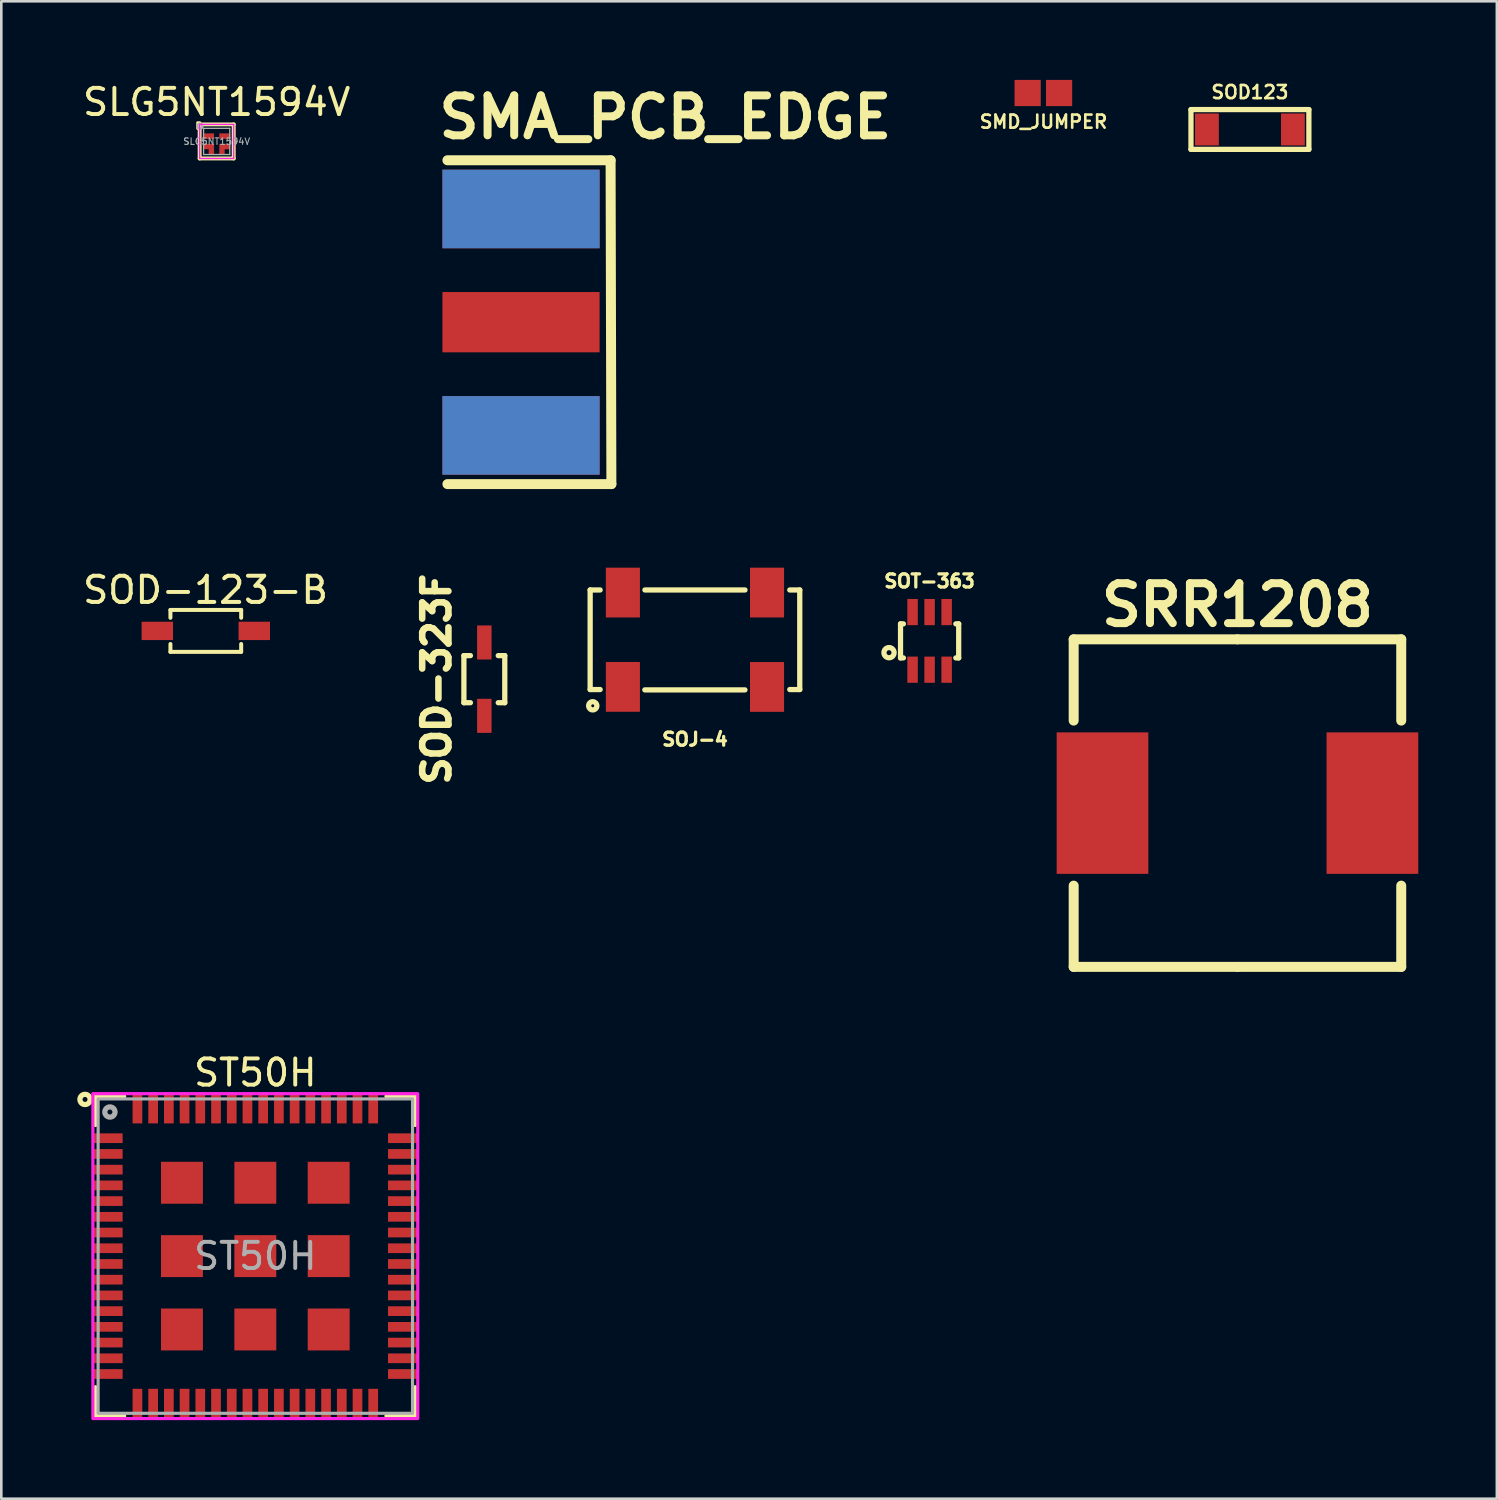
<source format=kicad_pcb>
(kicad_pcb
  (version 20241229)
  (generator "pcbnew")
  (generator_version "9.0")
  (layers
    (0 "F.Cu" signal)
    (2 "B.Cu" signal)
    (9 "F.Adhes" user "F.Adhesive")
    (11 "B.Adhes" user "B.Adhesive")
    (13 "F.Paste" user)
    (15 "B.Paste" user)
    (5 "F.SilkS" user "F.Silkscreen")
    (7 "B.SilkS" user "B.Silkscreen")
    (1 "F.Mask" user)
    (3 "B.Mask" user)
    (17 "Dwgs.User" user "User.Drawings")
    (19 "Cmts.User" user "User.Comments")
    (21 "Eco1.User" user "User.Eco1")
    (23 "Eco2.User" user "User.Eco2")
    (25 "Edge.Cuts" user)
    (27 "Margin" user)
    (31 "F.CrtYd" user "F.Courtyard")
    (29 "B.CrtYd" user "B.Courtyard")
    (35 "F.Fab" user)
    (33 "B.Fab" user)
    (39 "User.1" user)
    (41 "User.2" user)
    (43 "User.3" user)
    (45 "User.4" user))
  (footprint "SMD_JUMPER"
    (layer "F.Cu")
    (at 36.773 0.5)
    (property "Reference" "SMD_JUMPER" (at 0.005 1.097 0) (layer "F.SilkS") (effects (font (size 0.5 0.5) (thickness 0.1))))
    (attr through_hole)
    (pad "1" smd trapezoid (at -0.6 0) (size 1 1) (layers "F.Cu" "F.Mask" "F.Paste"))
    (pad "2" smd trapezoid (at 0.6 0) (size 1 1) (layers "F.Cu" "F.Mask" "F.Paste")))
  (footprint "SOD-123-B"
    (layer "F.Cu")
    (at 4.805 21.03)
    (property "Reference" "SOD-123-B" (at -0.01 -1.56 0) (layer "F.SilkS") (effects (font (size 1 1) (thickness 0.152))))
    (attr through_hole)
    (fp_line (start -1.35 -0.8) (end -1.35 -0.5) (stroke (width 0.152) (type solid)) (layer "F.SilkS"))
    (fp_line (start -1.35 0.8) (end -1.35 0.5) (stroke (width 0.152) (type solid)) (layer "F.SilkS"))
    (fp_line (start 1.35 -0.8) (end -1.35 -0.8) (stroke (width 0.152) (type solid)) (layer "F.SilkS"))
    (fp_line (start 1.35 -0.5) (end 1.35 -0.8) (stroke (width 0.152) (type solid)) (layer "F.SilkS"))
    (fp_line (start 1.35 0.8) (end -1.35 0.8) (stroke (width 0.152) (type solid)) (layer "F.SilkS"))
    (fp_line (start 1.35 0.8) (end 1.35 0.5) (stroke (width 0.152) (type solid)) (layer "F.SilkS"))
    (pad "1" smd rect (at -1.85 0) (size 1.2 0.7) (layers "F.Cu" "F.Mask" "F.Paste"))
    (pad "2" smd rect (at 1.85 0) (size 1.2 0.7) (layers "F.Cu" "F.Mask" "F.Paste")))
  (footprint "SMA_PCB_EDGE"
    (layer "F.Cu")
    (at 16.836 9.247)
    (property "Reference" "SMA_PCB_EDGE" (at 5.509 -7.821 0) (layer "F.SilkS") (effects (font (size 1.524 1.524) (thickness 0.305))))
    (attr through_hole)
    (fp_line (start -2.809 -6.18) (end 3.419 -6.18) (stroke (width 0.381) (type solid)) (layer "F.SilkS"))
    (fp_line (start 3.419 -6.18) (end 3.449 6.18) (stroke (width 0.381) (type solid)) (layer "F.SilkS"))
    (fp_line (start 3.449 6.18) (end -2.809 6.18) (stroke (width 0.381) (type solid)) (layer "F.SilkS"))
    (pad "1" smd rect (at 0 0) (size 5.999 2.301) (layers "F.Cu" "F.Mask" "F.Paste"))
    (pad "2" smd rect (at 0 -4.321) (size 5.999 3) (layers "*.Cu" "F.Mask" "F.Paste"))
    (pad "3" smd rect (at 0 4.321) (size 5.999 3) (layers "*.Cu" "F.Mask" "F.Paste")))
  (footprint "SOT-363"
    (layer "F.Cu")
    (at 32.431 21.411)
    (property "Reference" "SOT-363" (at -0.003 -2.282 0) (layer "F.SilkS") (effects (font (size 0.5 0.5) (thickness 0.124))))
    (attr through_hole)
    (fp_line (start -1.11 -0.65) (end -1 -0.65) (stroke (width 0.2) (type solid)) (layer "F.SilkS"))
    (fp_line (start -1.11 0.65) (end -1.11 -0.65) (stroke (width 0.2) (type solid)) (layer "F.SilkS"))
    (fp_line (start -1 0.65) (end -1.11 0.65) (stroke (width 0.2) (type solid)) (layer "F.SilkS"))
    (fp_line (start 1 -0.65) (end 1.11 -0.65) (stroke (width 0.2) (type solid)) (layer "F.SilkS"))
    (fp_line (start 1.11 -0.65) (end 1.11 0.65) (stroke (width 0.2) (type solid)) (layer "F.SilkS"))
    (fp_line (start 1.11 0.65) (end 1 0.65) (stroke (width 0.2) (type solid)) (layer "F.SilkS"))
    (fp_circle (center -1.549 0.45) (end -1.462 0.488) (stroke (width 0.2) (type solid)) (fill no) (layer "F.SilkS"))
    (pad "1" smd rect (at -0.65 1.1) (size 0.4 1) (layers "F.Cu" "F.Mask" "F.Paste"))
    (pad "2" smd rect (at 0 1.1) (size 0.4 1) (layers "F.Cu" "F.Mask" "F.Paste"))
    (pad "3" smd rect (at 0.65 1.1) (size 0.4 1) (layers "F.Cu" "F.Mask" "F.Paste"))
    (pad "4" smd rect (at 0.65 -1.1) (size 0.4 1) (layers "F.Cu" "F.Mask" "F.Paste"))
    (pad "5" smd rect (at 0 -1.1) (size 0.4 1) (layers "F.Cu" "F.Mask" "F.Paste"))
    (pad "6" smd rect (at -0.65 -1.1) (size 0.4 1) (layers "F.Cu" "F.Mask" "F.Paste")))
  (footprint "ST50H"
    (layer "F.Cu")
    (at 6.695 44.893)
    (property "Reference" "ST50H" (at 0 -7 0) (unlocked yes) (layer "F.SilkS") (effects (font (size 1 1) (thickness 0.15))))
    (attr smd)
    (fp_line (start -6.1 -6.1) (end -6.1 -5) (stroke (width 0.15) (type solid)) (layer "F.SilkS"))
    (fp_line (start -6.1 -6.1) (end -5 -6.1) (stroke (width 0.15) (type solid)) (layer "F.SilkS"))
    (fp_line (start -6.1 6.1) (end -6.1 5) (stroke (width 0.15) (type solid)) (layer "F.SilkS"))
    (fp_line (start -6.1 6.1) (end -5 6.1) (stroke (width 0.15) (type solid)) (layer "F.SilkS"))
    (fp_line (start 6.1 -6.1) (end 5 -6.1) (stroke (width 0.15) (type solid)) (layer "F.SilkS"))
    (fp_line (start 6.1 -6.1) (end 6.1 -5) (stroke (width 0.15) (type solid)) (layer "F.SilkS"))
    (fp_line (start 6.1 6.1) (end 5 6.1) (stroke (width 0.15) (type solid)) (layer "F.SilkS"))
    (fp_line (start 6.1 6.1) (end 6.1 5) (stroke (width 0.15) (type solid)) (layer "F.SilkS"))
    (fp_circle (center -6.5 -5.98) (end -6.405 -5.98) (stroke (width 0.2) (type solid)) (fill no) (layer "F.SilkS"))
    (fp_rect (start -6.2 -6.2) (end 6.2 6.2) (stroke (width 0.12) (type solid)) (fill no) (layer "F.CrtYd"))
    (fp_rect (start -6 -6) (end 6 6) (stroke (width 0.12) (type solid)) (fill no) (layer "F.Fab"))
    (fp_circle (center -5.55 -5.5) (end -5.46 -5.47) (stroke (width 0.2) (type solid)) (fill no) (layer "F.Fab"))
    (fp_text user "${REFERENCE}" (at 0 0 0) (unlocked yes) (layer "F.Fab") (effects (font (size 1 1) (thickness 0.15))))
    (pad "1" smd rect (at -5.65 -4.5) (size 1.17 0.37) (layers "F.Cu" "F.Mask" "F.Paste"))
    (pad "2" smd rect (at -5.65 -3.9) (size 1.17 0.37) (layers "F.Cu" "F.Mask" "F.Paste"))
    (pad "3" smd rect (at -5.65 -3.3) (size 1.17 0.37) (layers "F.Cu" "F.Mask" "F.Paste"))
    (pad "4" smd rect (at -5.65 -2.7) (size 1.17 0.37) (layers "F.Cu" "F.Mask" "F.Paste"))
    (pad "5" smd rect (at -5.65 -2.1) (size 1.17 0.37) (layers "F.Cu" "F.Mask" "F.Paste"))
    (pad "6" smd rect (at -5.65 -1.5) (size 1.17 0.37) (layers "F.Cu" "F.Mask" "F.Paste"))
    (pad "7" smd rect (at -5.65 -0.9) (size 1.17 0.37) (layers "F.Cu" "F.Mask" "F.Paste"))
    (pad "8" smd rect (at -5.65 -0.3) (size 1.17 0.37) (layers "F.Cu" "F.Mask" "F.Paste"))
    (pad "9" smd rect (at -5.65 0.3) (size 1.17 0.37) (layers "F.Cu" "F.Mask" "F.Paste"))
    (pad "10" smd rect (at -5.65 0.9) (size 1.17 0.37) (layers "F.Cu" "F.Mask" "F.Paste"))
    (pad "11" smd rect (at -5.65 1.5) (size 1.17 0.37) (layers "F.Cu" "F.Mask" "F.Paste"))
    (pad "12" smd rect (at -5.65 2.1) (size 1.17 0.37) (layers "F.Cu" "F.Mask" "F.Paste"))
    (pad "13" smd rect (at -5.65 2.7) (size 1.17 0.37) (layers "F.Cu" "F.Mask" "F.Paste"))
    (pad "14" smd rect (at -5.65 3.3) (size 1.17 0.37) (layers "F.Cu" "F.Mask" "F.Paste"))
    (pad "15" smd rect (at -5.65 3.9) (size 1.17 0.37) (layers "F.Cu" "F.Mask" "F.Paste"))
    (pad "16" smd rect (at -5.65 4.5) (size 1.17 0.37) (layers "F.Cu" "F.Mask" "F.Paste"))
    (pad "17" smd rect (at -4.5 5.65 90) (size 1.17 0.37) (layers "F.Cu" "F.Mask" "F.Paste"))
    (pad "18" smd rect (at -3.9 5.65 90) (size 1.17 0.37) (layers "F.Cu" "F.Mask" "F.Paste"))
    (pad "19" smd rect (at -3.3 5.65 90) (size 1.17 0.37) (layers "F.Cu" "F.Mask" "F.Paste"))
    (pad "20" smd rect (at -2.7 5.65 90) (size 1.17 0.37) (layers "F.Cu" "F.Mask" "F.Paste"))
    (pad "21" smd rect (at -2.1 5.65 90) (size 1.17 0.37) (layers "F.Cu" "F.Mask" "F.Paste"))
    (pad "22" smd rect (at -1.5 5.65 90) (size 1.17 0.37) (layers "F.Cu" "F.Mask" "F.Paste"))
    (pad "23" smd rect (at -0.9 5.65 90) (size 1.17 0.37) (layers "F.Cu" "F.Mask" "F.Paste"))
    (pad "24" smd rect (at -0.3 5.65 90) (size 1.17 0.37) (layers "F.Cu" "F.Mask" "F.Paste"))
    (pad "25" smd rect (at 0.3 5.65 90) (size 1.17 0.37) (layers "F.Cu" "F.Mask" "F.Paste"))
    (pad "26" smd rect (at 0.9 5.65 90) (size 1.17 0.37) (layers "F.Cu" "F.Mask" "F.Paste"))
    (pad "27" smd rect (at 1.5 5.65 90) (size 1.17 0.37) (layers "F.Cu" "F.Mask" "F.Paste"))
    (pad "28" smd rect (at 2.1 5.65 90) (size 1.17 0.37) (layers "F.Cu" "F.Mask" "F.Paste"))
    (pad "29" smd rect (at 2.7 5.65 90) (size 1.17 0.37) (layers "F.Cu" "F.Mask" "F.Paste"))
    (pad "30" smd rect (at 3.3 5.65 90) (size 1.17 0.37) (layers "F.Cu" "F.Mask" "F.Paste"))
    (pad "31" smd rect (at 3.9 5.65 90) (size 1.17 0.37) (layers "F.Cu" "F.Mask" "F.Paste"))
    (pad "32" smd rect (at 4.5 5.65 90) (size 1.17 0.37) (layers "F.Cu" "F.Mask" "F.Paste"))
    (pad "33" smd rect (at 5.65 4.5) (size 1.17 0.37) (layers "F.Cu" "F.Mask" "F.Paste"))
    (pad "34" smd rect (at 5.65 3.9) (size 1.17 0.37) (layers "F.Cu" "F.Mask" "F.Paste"))
    (pad "35" smd rect (at 5.65 3.3) (size 1.17 0.37) (layers "F.Cu" "F.Mask" "F.Paste"))
    (pad "36" smd rect (at 5.65 2.7) (size 1.17 0.37) (layers "F.Cu" "F.Mask" "F.Paste"))
    (pad "37" smd rect (at 5.65 2.1) (size 1.17 0.37) (layers "F.Cu" "F.Mask" "F.Paste"))
    (pad "38" smd rect (at 5.65 1.5) (size 1.17 0.37) (layers "F.Cu" "F.Mask" "F.Paste"))
    (pad "39" smd rect (at 5.65 0.9) (size 1.17 0.37) (layers "F.Cu" "F.Mask" "F.Paste"))
    (pad "40" smd rect (at 5.65 0.3) (size 1.17 0.37) (layers "F.Cu" "F.Mask" "F.Paste"))
    (pad "41" smd rect (at 5.65 -0.3) (size 1.17 0.37) (layers "F.Cu" "F.Mask" "F.Paste"))
    (pad "42" smd rect (at 5.65 -0.9) (size 1.17 0.37) (layers "F.Cu" "F.Mask" "F.Paste"))
    (pad "43" smd rect (at 5.65 -1.5) (size 1.17 0.37) (layers "F.Cu" "F.Mask" "F.Paste"))
    (pad "44" smd rect (at 5.65 -2.1) (size 1.17 0.37) (layers "F.Cu" "F.Mask" "F.Paste"))
    (pad "45" smd rect (at 5.65 -2.7) (size 1.17 0.37) (layers "F.Cu" "F.Mask" "F.Paste"))
    (pad "46" smd rect (at 5.65 -3.3) (size 1.17 0.37) (layers "F.Cu" "F.Mask" "F.Paste"))
    (pad "47" smd rect (at 5.65 -3.9) (size 1.17 0.37) (layers "F.Cu" "F.Mask" "F.Paste"))
    (pad "48" smd rect (at 5.65 -4.5) (size 1.17 0.37) (layers "F.Cu" "F.Mask" "F.Paste"))
    (pad "49" smd rect (at 4.5 -5.65 90) (size 1.17 0.37) (layers "F.Cu" "F.Mask" "F.Paste"))
    (pad "50" smd rect (at 3.9 -5.65 90) (size 1.17 0.37) (layers "F.Cu" "F.Mask" "F.Paste"))
    (pad "51" smd rect (at 3.3 -5.65 90) (size 1.17 0.37) (layers "F.Cu" "F.Mask" "F.Paste"))
    (pad "52" smd rect (at 2.7 -5.65 90) (size 1.17 0.37) (layers "F.Cu" "F.Mask" "F.Paste"))
    (pad "53" smd rect (at 2.1 -5.65 90) (size 1.17 0.37) (layers "F.Cu" "F.Mask" "F.Paste"))
    (pad "54" smd rect (at 1.5 -5.65 90) (size 1.17 0.37) (layers "F.Cu" "F.Mask" "F.Paste"))
    (pad "55" smd rect (at 0.9 -5.65 90) (size 1.17 0.37) (layers "F.Cu" "F.Mask" "F.Paste"))
    (pad "56" smd rect (at 0.3 -5.65 90) (size 1.17 0.37) (layers "F.Cu" "F.Mask" "F.Paste"))
    (pad "57" smd rect (at -0.3 -5.65 90) (size 1.17 0.37) (layers "F.Cu" "F.Mask" "F.Paste"))
    (pad "58" smd rect (at -0.9 -5.65 90) (size 1.17 0.37) (layers "F.Cu" "F.Mask" "F.Paste"))
    (pad "59" smd rect (at -1.5 -5.65 90) (size 1.17 0.37) (layers "F.Cu" "F.Mask" "F.Paste"))
    (pad "60" smd rect (at -2.1 -5.65 90) (size 1.17 0.37) (layers "F.Cu" "F.Mask" "F.Paste"))
    (pad "61" smd rect (at -2.7 -5.65 90) (size 1.17 0.37) (layers "F.Cu" "F.Mask" "F.Paste"))
    (pad "62" smd rect (at -3.3 -5.65 90) (size 1.17 0.37) (layers "F.Cu" "F.Mask" "F.Paste"))
    (pad "63" smd rect (at -3.9 -5.65 90) (size 1.17 0.37) (layers "F.Cu" "F.Mask" "F.Paste"))
    (pad "64" smd rect (at -4.5 -5.65 90) (size 1.17 0.37) (layers "F.Cu" "F.Mask" "F.Paste"))
    (pad "65" smd rect (at -2.8 -2.8 90) (size 1.6 1.6) (layers "F.Cu" "F.Mask" "F.Paste"))
    (pad "66" smd rect (at 0 -2.8 90) (size 1.6 1.6) (layers "F.Cu" "F.Mask" "F.Paste"))
    (pad "67" smd rect (at 2.8 -2.8 90) (size 1.6 1.6) (layers "F.Cu" "F.Mask" "F.Paste"))
    (pad "68" smd rect (at -2.8 0 90) (size 1.6 1.6) (layers "F.Cu" "F.Mask" "F.Paste"))
    (pad "69" smd rect (at 0 0 90) (size 1.6 1.6) (layers "F.Cu" "F.Mask" "F.Paste"))
    (pad "70" smd rect (at 2.8 0 90) (size 1.6 1.6) (layers "F.Cu" "F.Mask" "F.Paste"))
    (pad "71" smd rect (at -2.8 2.8 90) (size 1.6 1.6) (layers "F.Cu" "F.Mask" "F.Paste"))
    (pad "72" smd rect (at 0 2.8 90) (size 1.6 1.6) (layers "F.Cu" "F.Mask" "F.Paste"))
    (pad "73" smd rect (at 2.8 2.8 90) (size 1.6 1.6) (layers "F.Cu" "F.Mask" "F.Paste")))
  (footprint "SOD-323F"
    (layer "F.Cu")
    (at 15.436 22.872)
    (property "Reference" "SOD-323F" (at -1.821 0 90) (layer "F.SilkS") (effects (font (size 1.001 1.001) (thickness 0.251))))
    (attr through_hole)
    (fp_line (start -0.78 -0.899) (end -0.78 0.899) (stroke (width 0.201) (type solid)) (layer "F.SilkS"))
    (fp_line (start -0.78 -0.899) (end -0.531 -0.899) (stroke (width 0.201) (type solid)) (layer "F.SilkS"))
    (fp_line (start -0.78 0.899) (end -0.531 0.899) (stroke (width 0.201) (type solid)) (layer "F.SilkS"))
    (fp_line (start 0.78 -0.899) (end 0.531 -0.899) (stroke (width 0.201) (type solid)) (layer "F.SilkS"))
    (fp_line (start 0.78 -0.899) (end 0.78 0.899) (stroke (width 0.201) (type solid)) (layer "F.SilkS"))
    (fp_line (start 0.78 0.899) (end 0.531 0.899) (stroke (width 0.201) (type solid)) (layer "F.SilkS"))
    (pad "1" smd rect (at 0 1.4) (size 0.551 1.3) (layers "F.Cu" "F.Mask" "F.Paste"))
    (pad "2" smd rect (at 0 -1.4) (size 0.551 1.3) (layers "F.Cu" "F.Mask" "F.Paste")))
  (footprint "SOD123"
    (layer "F.Cu")
    (at 44.657 1.892)
    (property "Reference" "SOD123" (at 0 -1.425 0) (layer "F.SilkS") (effects (font (size 0.5 0.5) (thickness 0.099))))
    (attr through_hole)
    (fp_line (start -2.25 -0.759) (end -2.25 0.759) (stroke (width 0.201) (type solid)) (layer "F.SilkS"))
    (fp_line (start -2.25 0.759) (end 2.25 0.759) (stroke (width 0.201) (type solid)) (layer "F.SilkS"))
    (fp_line (start 2.25 -0.759) (end -2.25 -0.759) (stroke (width 0.201) (type solid)) (layer "F.SilkS"))
    (fp_line (start 2.25 0.759) (end 2.25 -0.759) (stroke (width 0.201) (type solid)) (layer "F.SilkS"))
    (pad "1" smd rect (at -1.641 0) (size 0.909 1.219) (layers "F.Cu" "F.Mask" "F.Paste"))
    (pad "2" smd rect (at 1.641 0) (size 0.909 1.219) (layers "F.Cu" "F.Mask" "F.Paste")))
  (footprint "SLG5NT1594V"
    (layer "F.Cu")
    (at 5.22 2.348)
    (property "Reference" "SLG5NT1594V" (at 0 -1.5 0) (layer "F.SilkS") (effects (font (size 1 1) (thickness 0.15))))
    (attr smd)
    (fp_line (start -0.65 -0.65) (end -0.65 0.65) (stroke (width 0.15) (type solid)) (layer "F.SilkS"))
    (fp_line (start -0.65 -0.65) (end 0.65 -0.65) (stroke (width 0.15) (type solid)) (layer "F.SilkS"))
    (fp_line (start 0.65 0.65) (end -0.65 0.65) (stroke (width 0.15) (type solid)) (layer "F.SilkS"))
    (fp_line (start 0.65 0.65) (end 0.65 -0.65) (stroke (width 0.15) (type solid)) (layer "F.SilkS"))
    (fp_rect (start -0.73 -0.72) (end -0.64 -0.49) (stroke (width 0.1) (type solid)) (fill no) (layer "F.SilkS"))
    (fp_line (start -0.65 -0.65) (end -0.65 0.65) (stroke (width 0.05) (type solid)) (layer "F.CrtYd"))
    (fp_line (start -0.65 -0.65) (end 0.65 -0.65) (stroke (width 0.05) (type solid)) (layer "F.CrtYd"))
    (fp_line (start 0.65 0.65) (end -0.65 0.65) (stroke (width 0.05) (type solid)) (layer "F.CrtYd"))
    (fp_line (start 0.65 0.65) (end 0.65 -0.65) (stroke (width 0.05) (type solid)) (layer "F.CrtYd"))
    (fp_line (start -0.5 -0.5) (end -0.5 0.5) (stroke (width 0.05) (type solid)) (layer "F.Fab"))
    (fp_line (start -0.5 -0.5) (end 0.5 -0.5) (stroke (width 0.05) (type solid)) (layer "F.Fab"))
    (fp_line (start 0.5 0.5) (end -0.5 0.5) (stroke (width 0.05) (type solid)) (layer "F.Fab"))
    (fp_line (start 0.5 0.5) (end 0.5 -0.5) (stroke (width 0.05) (type solid)) (layer "F.Fab"))
    (fp_circle (center -0.64 -0.58) (end -0.61 -0.55) (stroke (width 0.1) (type solid)) (fill no) (layer "F.Fab"))
    (fp_text user "${REFERENCE}" (at 0 0 0) (layer "F.Fab") (effects (font (size 0.25 0.25) (thickness 0.04))))
    (pad "1" smd custom (at -0.333 -0.225) (size 0.096 0.096) (layers "F.Cu" "F.Mask" "F.Paste") (options (anchor circle)) (primitives (gr_poly (pts (xy 0.233 0.128) (xy 0.233 -0.082) (xy -0.177 -0.082) (xy -0.177 0.128)) (width 0) (fill yes))))
    (pad "2" smd custom (at -0.243 0.202) (size 0.085 0.085) (layers "F.Cu" "F.Mask" "F.Paste") (options (anchor circle)) (primitives (gr_poly (pts (xy 0.143 0.301) (xy 0.143 -0.109) (xy -0.267 -0.109) (xy -0.267 0.096) (xy -0.062 0.096) (xy -0.062 0.301)) (width 0) (fill yes))))
    (pad "3" smd custom (at 0.196 0.19) (size 0.091 0.091) (layers "F.Cu" "F.Mask" "F.Paste") (options (anchor circle)) (primitives (gr_poly (pts (xy -0.096 -0.097) (xy 0.314 -0.097) (xy 0.314 0.108) (xy 0.109 0.108) (xy 0.109 0.313) (xy -0.096 0.313)) (width 0) (fill yes))))
    (pad "4" smd custom (at 0.281 -0.212) (size 0.097 0.097) (layers "F.Cu" "F.Mask" "F.Paste") (options (anchor circle)) (primitives (gr_poly (pts (xy 0.229 0.115) (xy 0.229 -0.095) (xy -0.181 -0.095) (xy -0.181 0.115)) (width 0) (fill yes)))))
  (footprint "SRR1208"
    (layer "F.Cu")
    (at 44.181 27.603)
    (property "Reference" "SRR1208" (at 0 -7.559 0) (layer "F.SilkS") (effects (font (size 1.524 1.524) (thickness 0.305))))
    (attr through_hole)
    (fp_line (start -6.251 -6.251) (end -6.251 -3.15) (stroke (width 0.381) (type solid)) (layer "F.SilkS"))
    (fp_line (start -6.251 6.251) (end -6.251 3.15) (stroke (width 0.381) (type solid)) (layer "F.SilkS"))
    (fp_line (start 0 -6.251) (end -6.251 -6.251) (stroke (width 0.381) (type solid)) (layer "F.SilkS"))
    (fp_line (start 0 -6.251) (end 6.251 -6.251) (stroke (width 0.381) (type solid)) (layer "F.SilkS"))
    (fp_line (start 0 6.251) (end -6.251 6.251) (stroke (width 0.381) (type solid)) (layer "F.SilkS"))
    (fp_line (start 0 6.251) (end 6.251 6.251) (stroke (width 0.381) (type solid)) (layer "F.SilkS"))
    (fp_line (start 6.251 -6.251) (end 6.251 -3.15) (stroke (width 0.381) (type solid)) (layer "F.SilkS"))
    (fp_line (start 6.251 6.251) (end 6.251 3.15) (stroke (width 0.381) (type solid)) (layer "F.SilkS"))
    (pad "1" smd rect (at -5.151 0) (size 3.5 5.4) (layers "F.Cu" "F.Mask" "F.Paste"))
    (pad "2" smd rect (at 5.151 0) (size 3.5 5.4) (layers "F.Cu" "F.Mask" "F.Paste")))
  (footprint "SOJ-4"
    (layer "F.Cu")
    (at 23.475 21.368)
    (property "Reference" "SOJ-4" (at 0 3.8 0) (layer "F.SilkS") (effects (font (size 0.5 0.5) (thickness 0.124))))
    (attr through_hole)
    (fp_line (start -4 -1.9) (end -3.619 -1.9) (stroke (width 0.201) (type solid)) (layer "F.SilkS"))
    (fp_line (start -4 1.9) (end -4 -1.9) (stroke (width 0.201) (type solid)) (layer "F.SilkS"))
    (fp_line (start -4 1.9) (end -3.619 1.9) (stroke (width 0.201) (type solid)) (layer "F.SilkS"))
    (fp_line (start -1.913 1.913) (end 1.908 1.913) (stroke (width 0.201) (type solid)) (layer "F.SilkS"))
    (fp_line (start -1.91 -1.9) (end 1.91 -1.9) (stroke (width 0.201) (type solid)) (layer "F.SilkS"))
    (fp_line (start 3.619 -1.9) (end 4 -1.9) (stroke (width 0.201) (type solid)) (layer "F.SilkS"))
    (fp_line (start 4 -1.9) (end 4 1.9) (stroke (width 0.201) (type solid)) (layer "F.SilkS"))
    (fp_line (start 4 1.9) (end 3.619 1.9) (stroke (width 0.201) (type solid)) (layer "F.SilkS"))
    (fp_circle (center -3.901 2.521) (end -3.779 2.62) (stroke (width 0.201) (type solid)) (fill no) (layer "F.SilkS"))
    (pad "1" smd rect (at -2.751 1.798) (size 1.3 1.9) (layers "F.Cu" "F.Mask" "F.Paste"))
    (pad "2" smd rect (at 2.751 1.801) (size 1.3 1.9) (layers "F.Cu" "F.Mask" "F.Paste"))
    (pad "3" smd rect (at 2.751 -1.801) (size 1.3 1.9) (layers "F.Cu" "F.Mask" "F.Paste"))
    (pad "4" smd rect (at -2.751 -1.801) (size 1.3 1.9) (layers "F.Cu" "F.Mask" "F.Paste")))
  (gr_rect
    (start -3 -3)
    (end 54.082 54.153)
    (stroke (width 0.1) (type default))
    (fill no)
    (layer "Edge.Cuts")))
</source>
